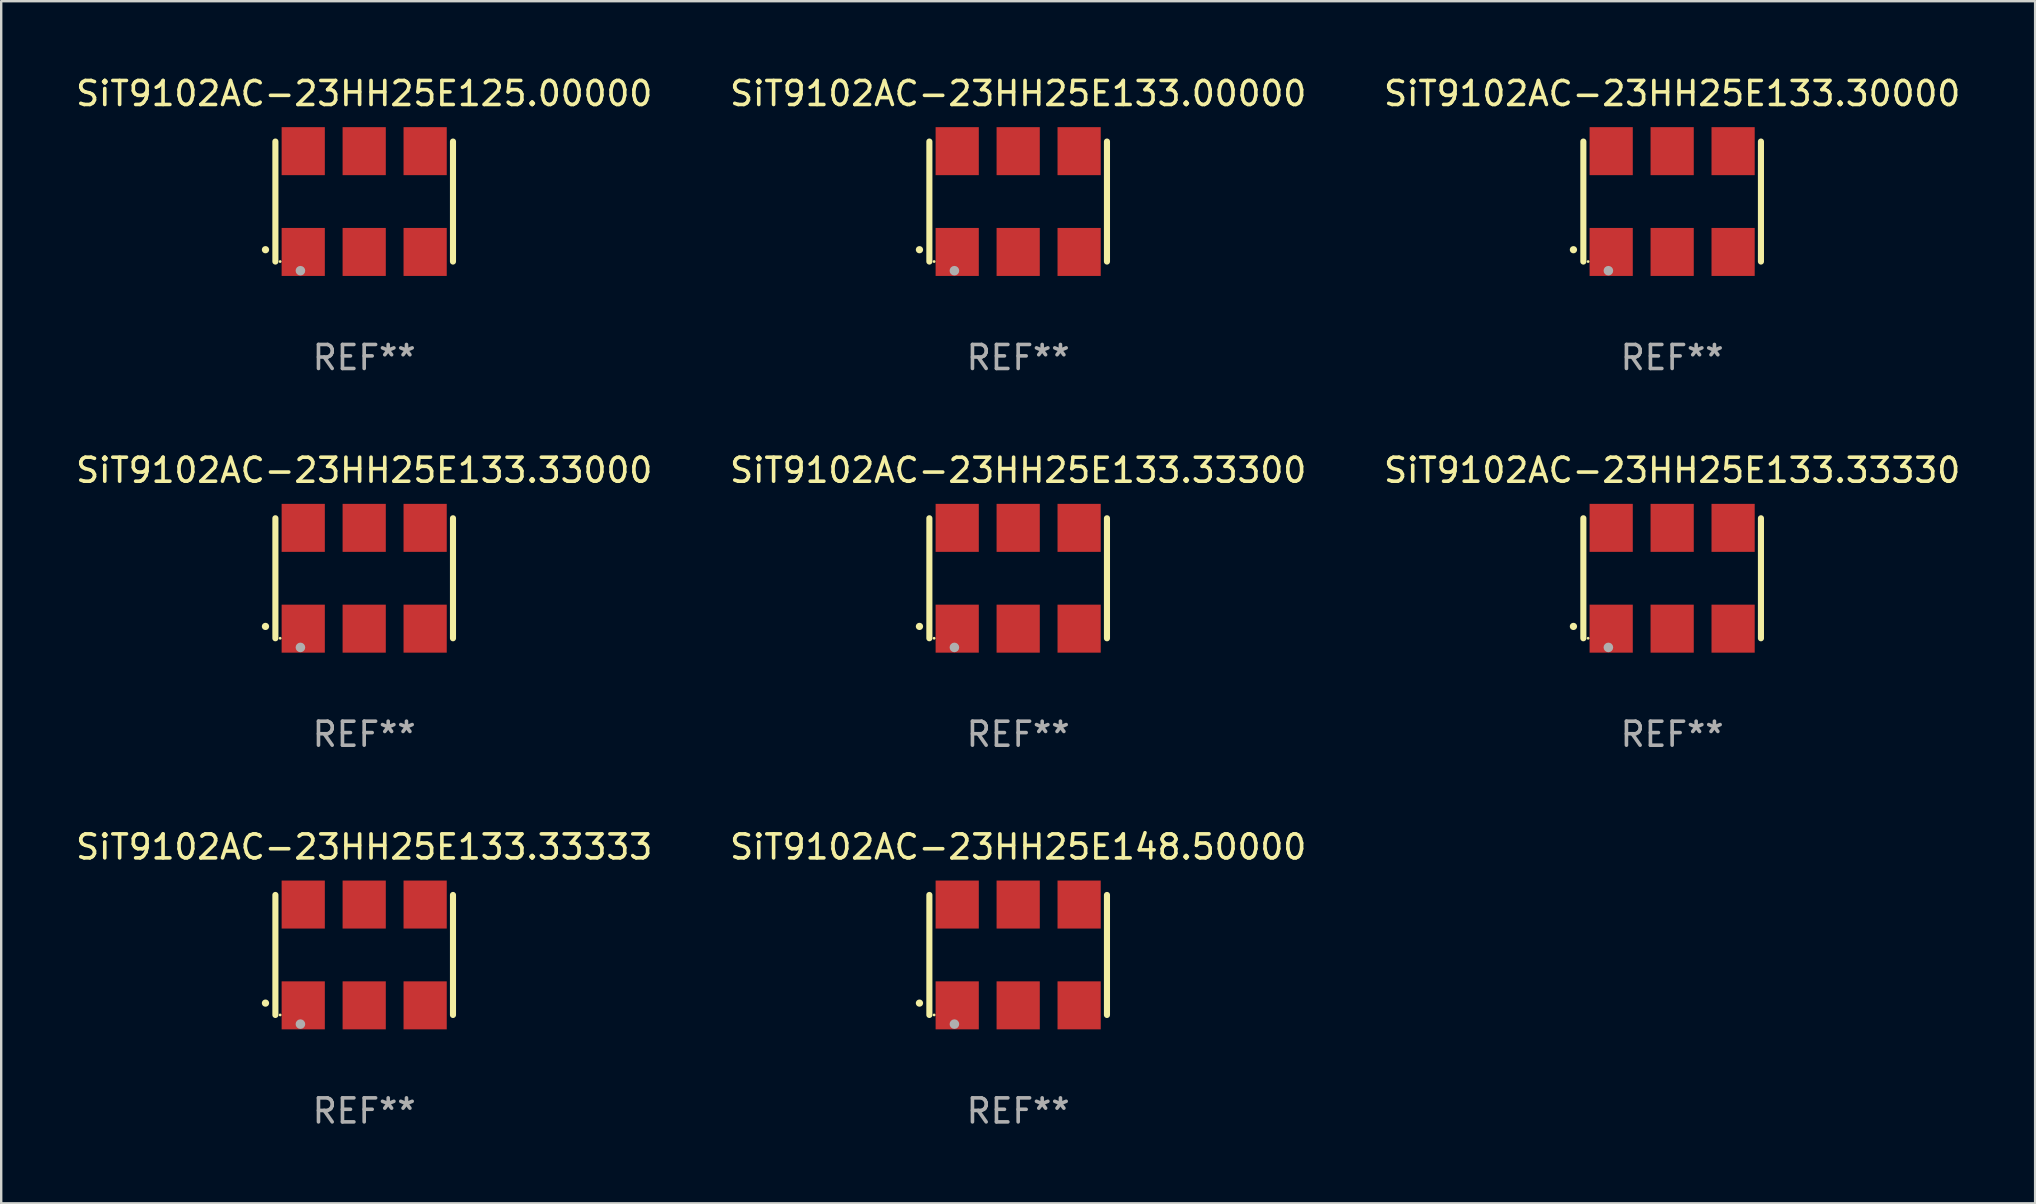
<source format=kicad_pcb>
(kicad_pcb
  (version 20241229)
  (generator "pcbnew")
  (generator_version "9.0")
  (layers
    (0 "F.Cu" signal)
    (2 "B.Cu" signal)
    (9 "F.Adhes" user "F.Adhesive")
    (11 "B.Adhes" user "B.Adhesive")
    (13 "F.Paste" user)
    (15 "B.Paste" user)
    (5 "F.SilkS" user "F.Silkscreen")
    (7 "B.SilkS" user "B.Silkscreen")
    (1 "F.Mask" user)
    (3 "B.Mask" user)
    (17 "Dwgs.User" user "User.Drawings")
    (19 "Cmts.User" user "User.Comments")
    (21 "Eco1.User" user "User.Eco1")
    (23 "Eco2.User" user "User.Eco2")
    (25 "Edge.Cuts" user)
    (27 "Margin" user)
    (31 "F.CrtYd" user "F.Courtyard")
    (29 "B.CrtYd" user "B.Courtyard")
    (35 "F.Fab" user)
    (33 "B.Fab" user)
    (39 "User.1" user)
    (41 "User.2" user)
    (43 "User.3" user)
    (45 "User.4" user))
  (footprint "SiT9102AC-23HH25E133.30000"
    (layer "F.Cu")
    (at 66.625 5.348)
    (property "Reference" "SiT9102AC-23HH25E133.30000" (at 0 -4.5 0) (layer "F.SilkS") (effects (font (size 1 1) (thickness 0.15))))
    (attr through_hole)
    (fp_line (start -3.7 -2.5) (end -3.7 2.5) (stroke (width 0.254) (type solid)) (layer "F.SilkS"))
    (fp_line (start 3.7 -2.5) (end 3.7 2.5) (stroke (width 0.254) (type solid)) (layer "F.SilkS"))
    (fp_arc (start -4.114415 2.006604) (mid -4.113145 2.006599) (end -4.111875 2.006604) (stroke (width 0.3) (type solid)) (layer "F.SilkS"))
    (fp_circle (center -3.502 2.5) (end -3.472 2.5) (stroke (width 0.06) (type solid)) (fill no) (layer "F.SilkS"))
    (fp_circle (center -2.657 2.882) (end -2.557 2.882) (stroke (width 0.2) (type solid)) (fill no) (layer "F.Fab"))
    (fp_text user "REF**" (at 0 6.5 0) (layer "F.Fab") (effects (font (size 1 1) (thickness 0.15))))
    (pad "1" smd rect (at -2.54 2.1) (size 1.8 2) (layers "F.Cu" "F.Mask" "F.Paste"))
    (pad "2" smd rect (at 0.000394 2.1) (size 1.8 2) (layers "F.Cu" "F.Mask" "F.Paste"))
    (pad "3" smd rect (at 2.54 2.1) (size 1.8 2) (layers "F.Cu" "F.Mask" "F.Paste"))
    (pad "4" smd rect (at 2.54 -2.1) (size 1.8 2) (layers "F.Cu" "F.Mask" "F.Paste"))
    (pad "5" smd rect (at 0.000394 -2.1) (size 1.8 2) (layers "F.Cu" "F.Mask" "F.Paste"))
    (pad "6" smd rect (at -2.54 -2.1) (size 1.8 2) (layers "F.Cu" "F.Mask" "F.Paste")))
  (footprint "SiT9102AC-23HH25E133.00000"
    (layer "F.Cu")
    (at 39.375 5.348)
    (property "Reference" "SiT9102AC-23HH25E133.00000" (at 0 -4.5 0) (layer "F.SilkS") (effects (font (size 1 1) (thickness 0.15))))
    (attr through_hole)
    (fp_line (start -3.7 -2.5) (end -3.7 2.5) (stroke (width 0.254) (type solid)) (layer "F.SilkS"))
    (fp_line (start 3.7 -2.5) (end 3.7 2.5) (stroke (width 0.254) (type solid)) (layer "F.SilkS"))
    (fp_arc (start -4.114415 2.006604) (mid -4.113145 2.006599) (end -4.111875 2.006604) (stroke (width 0.3) (type solid)) (layer "F.SilkS"))
    (fp_circle (center -3.502 2.5) (end -3.472 2.5) (stroke (width 0.06) (type solid)) (fill no) (layer "F.SilkS"))
    (fp_circle (center -2.657 2.882) (end -2.557 2.882) (stroke (width 0.2) (type solid)) (fill no) (layer "F.Fab"))
    (fp_text user "REF**" (at 0 6.5 0) (layer "F.Fab") (effects (font (size 1 1) (thickness 0.15))))
    (pad "1" smd rect (at -2.54 2.1) (size 1.8 2) (layers "F.Cu" "F.Mask" "F.Paste"))
    (pad "2" smd rect (at 0.000394 2.1) (size 1.8 2) (layers "F.Cu" "F.Mask" "F.Paste"))
    (pad "3" smd rect (at 2.54 2.1) (size 1.8 2) (layers "F.Cu" "F.Mask" "F.Paste"))
    (pad "4" smd rect (at 2.54 -2.1) (size 1.8 2) (layers "F.Cu" "F.Mask" "F.Paste"))
    (pad "5" smd rect (at 0.000394 -2.1) (size 1.8 2) (layers "F.Cu" "F.Mask" "F.Paste"))
    (pad "6" smd rect (at -2.54 -2.1) (size 1.8 2) (layers "F.Cu" "F.Mask" "F.Paste")))
  (footprint "SiT9102AC-23HH25E133.33333"
    (layer "F.Cu")
    (at 12.125 36.741)
    (property "Reference" "SiT9102AC-23HH25E133.33333" (at 0 -4.5 0) (layer "F.SilkS") (effects (font (size 1 1) (thickness 0.15))))
    (attr through_hole)
    (fp_line (start -3.7 -2.5) (end -3.7 2.5) (stroke (width 0.254) (type solid)) (layer "F.SilkS"))
    (fp_line (start 3.7 -2.5) (end 3.7 2.5) (stroke (width 0.254) (type solid)) (layer "F.SilkS"))
    (fp_arc (start -4.114415 2.006604) (mid -4.113145 2.006599) (end -4.111875 2.006604) (stroke (width 0.3) (type solid)) (layer "F.SilkS"))
    (fp_circle (center -3.502 2.5) (end -3.472 2.5) (stroke (width 0.06) (type solid)) (fill no) (layer "F.SilkS"))
    (fp_circle (center -2.657 2.882) (end -2.557 2.882) (stroke (width 0.2) (type solid)) (fill no) (layer "F.Fab"))
    (fp_text user "REF**" (at 0 6.5 0) (layer "F.Fab") (effects (font (size 1 1) (thickness 0.15))))
    (pad "1" smd rect (at -2.54 2.1) (size 1.8 2) (layers "F.Cu" "F.Mask" "F.Paste"))
    (pad "2" smd rect (at 0.000394 2.1) (size 1.8 2) (layers "F.Cu" "F.Mask" "F.Paste"))
    (pad "3" smd rect (at 2.54 2.1) (size 1.8 2) (layers "F.Cu" "F.Mask" "F.Paste"))
    (pad "4" smd rect (at 2.54 -2.1) (size 1.8 2) (layers "F.Cu" "F.Mask" "F.Paste"))
    (pad "5" smd rect (at 0.000394 -2.1) (size 1.8 2) (layers "F.Cu" "F.Mask" "F.Paste"))
    (pad "6" smd rect (at -2.54 -2.1) (size 1.8 2) (layers "F.Cu" "F.Mask" "F.Paste")))
  (footprint "SiT9102AC-23HH25E148.50000"
    (layer "F.Cu")
    (at 39.375 36.741)
    (property "Reference" "SiT9102AC-23HH25E148.50000" (at 0 -4.5 0) (layer "F.SilkS") (effects (font (size 1 1) (thickness 0.15))))
    (attr through_hole)
    (fp_line (start -3.7 -2.5) (end -3.7 2.5) (stroke (width 0.254) (type solid)) (layer "F.SilkS"))
    (fp_line (start 3.7 -2.5) (end 3.7 2.5) (stroke (width 0.254) (type solid)) (layer "F.SilkS"))
    (fp_arc (start -4.114415 2.006604) (mid -4.113145 2.006599) (end -4.111875 2.006604) (stroke (width 0.3) (type solid)) (layer "F.SilkS"))
    (fp_circle (center -3.502 2.5) (end -3.472 2.5) (stroke (width 0.06) (type solid)) (fill no) (layer "F.SilkS"))
    (fp_circle (center -2.657 2.882) (end -2.557 2.882) (stroke (width 0.2) (type solid)) (fill no) (layer "F.Fab"))
    (fp_text user "REF**" (at 0 6.5 0) (layer "F.Fab") (effects (font (size 1 1) (thickness 0.15))))
    (pad "1" smd rect (at -2.54 2.1) (size 1.8 2) (layers "F.Cu" "F.Mask" "F.Paste"))
    (pad "2" smd rect (at 0.000394 2.1) (size 1.8 2) (layers "F.Cu" "F.Mask" "F.Paste"))
    (pad "3" smd rect (at 2.54 2.1) (size 1.8 2) (layers "F.Cu" "F.Mask" "F.Paste"))
    (pad "4" smd rect (at 2.54 -2.1) (size 1.8 2) (layers "F.Cu" "F.Mask" "F.Paste"))
    (pad "5" smd rect (at 0.000394 -2.1) (size 1.8 2) (layers "F.Cu" "F.Mask" "F.Paste"))
    (pad "6" smd rect (at -2.54 -2.1) (size 1.8 2) (layers "F.Cu" "F.Mask" "F.Paste")))
  (footprint "SiT9102AC-23HH25E133.33300"
    (layer "F.Cu")
    (at 39.375 21.045)
    (property "Reference" "SiT9102AC-23HH25E133.33300" (at 0 -4.5 0) (layer "F.SilkS") (effects (font (size 1 1) (thickness 0.15))))
    (attr through_hole)
    (fp_line (start -3.7 -2.5) (end -3.7 2.5) (stroke (width 0.254) (type solid)) (layer "F.SilkS"))
    (fp_line (start 3.7 -2.5) (end 3.7 2.5) (stroke (width 0.254) (type solid)) (layer "F.SilkS"))
    (fp_arc (start -4.114415 2.006604) (mid -4.113145 2.006599) (end -4.111875 2.006604) (stroke (width 0.3) (type solid)) (layer "F.SilkS"))
    (fp_circle (center -3.502 2.5) (end -3.472 2.5) (stroke (width 0.06) (type solid)) (fill no) (layer "F.SilkS"))
    (fp_circle (center -2.657 2.882) (end -2.557 2.882) (stroke (width 0.2) (type solid)) (fill no) (layer "F.Fab"))
    (fp_text user "REF**" (at 0 6.5 0) (layer "F.Fab") (effects (font (size 1 1) (thickness 0.15))))
    (pad "1" smd rect (at -2.54 2.1) (size 1.8 2) (layers "F.Cu" "F.Mask" "F.Paste"))
    (pad "2" smd rect (at 0.000394 2.1) (size 1.8 2) (layers "F.Cu" "F.Mask" "F.Paste"))
    (pad "3" smd rect (at 2.54 2.1) (size 1.8 2) (layers "F.Cu" "F.Mask" "F.Paste"))
    (pad "4" smd rect (at 2.54 -2.1) (size 1.8 2) (layers "F.Cu" "F.Mask" "F.Paste"))
    (pad "5" smd rect (at 0.000394 -2.1) (size 1.8 2) (layers "F.Cu" "F.Mask" "F.Paste"))
    (pad "6" smd rect (at -2.54 -2.1) (size 1.8 2) (layers "F.Cu" "F.Mask" "F.Paste")))
  (footprint "SiT9102AC-23HH25E133.33330"
    (layer "F.Cu")
    (at 66.625 21.045)
    (property "Reference" "SiT9102AC-23HH25E133.33330" (at 0 -4.5 0) (layer "F.SilkS") (effects (font (size 1 1) (thickness 0.15))))
    (attr through_hole)
    (fp_line (start -3.7 -2.5) (end -3.7 2.5) (stroke (width 0.254) (type solid)) (layer "F.SilkS"))
    (fp_line (start 3.7 -2.5) (end 3.7 2.5) (stroke (width 0.254) (type solid)) (layer "F.SilkS"))
    (fp_arc (start -4.114415 2.006604) (mid -4.113145 2.006599) (end -4.111875 2.006604) (stroke (width 0.3) (type solid)) (layer "F.SilkS"))
    (fp_circle (center -3.502 2.5) (end -3.472 2.5) (stroke (width 0.06) (type solid)) (fill no) (layer "F.SilkS"))
    (fp_circle (center -2.657 2.882) (end -2.557 2.882) (stroke (width 0.2) (type solid)) (fill no) (layer "F.Fab"))
    (fp_text user "REF**" (at 0 6.5 0) (layer "F.Fab") (effects (font (size 1 1) (thickness 0.15))))
    (pad "1" smd rect (at -2.54 2.1) (size 1.8 2) (layers "F.Cu" "F.Mask" "F.Paste"))
    (pad "2" smd rect (at 0.000394 2.1) (size 1.8 2) (layers "F.Cu" "F.Mask" "F.Paste"))
    (pad "3" smd rect (at 2.54 2.1) (size 1.8 2) (layers "F.Cu" "F.Mask" "F.Paste"))
    (pad "4" smd rect (at 2.54 -2.1) (size 1.8 2) (layers "F.Cu" "F.Mask" "F.Paste"))
    (pad "5" smd rect (at 0.000394 -2.1) (size 1.8 2) (layers "F.Cu" "F.Mask" "F.Paste"))
    (pad "6" smd rect (at -2.54 -2.1) (size 1.8 2) (layers "F.Cu" "F.Mask" "F.Paste")))
  (footprint "SiT9102AC-23HH25E125.00000"
    (layer "F.Cu")
    (at 12.125 5.348)
    (property "Reference" "SiT9102AC-23HH25E125.00000" (at 0 -4.5 0) (layer "F.SilkS") (effects (font (size 1 1) (thickness 0.15))))
    (attr through_hole)
    (fp_line (start -3.7 -2.5) (end -3.7 2.5) (stroke (width 0.254) (type solid)) (layer "F.SilkS"))
    (fp_line (start 3.7 -2.5) (end 3.7 2.5) (stroke (width 0.254) (type solid)) (layer "F.SilkS"))
    (fp_arc (start -4.114415 2.006604) (mid -4.113145 2.006599) (end -4.111875 2.006604) (stroke (width 0.3) (type solid)) (layer "F.SilkS"))
    (fp_circle (center -3.502 2.5) (end -3.472 2.5) (stroke (width 0.06) (type solid)) (fill no) (layer "F.SilkS"))
    (fp_circle (center -2.657 2.882) (end -2.557 2.882) (stroke (width 0.2) (type solid)) (fill no) (layer "F.Fab"))
    (fp_text user "REF**" (at 0 6.5 0) (layer "F.Fab") (effects (font (size 1 1) (thickness 0.15))))
    (pad "1" smd rect (at -2.54 2.1) (size 1.8 2) (layers "F.Cu" "F.Mask" "F.Paste"))
    (pad "2" smd rect (at 0.000394 2.1) (size 1.8 2) (layers "F.Cu" "F.Mask" "F.Paste"))
    (pad "3" smd rect (at 2.54 2.1) (size 1.8 2) (layers "F.Cu" "F.Mask" "F.Paste"))
    (pad "4" smd rect (at 2.54 -2.1) (size 1.8 2) (layers "F.Cu" "F.Mask" "F.Paste"))
    (pad "5" smd rect (at 0.000394 -2.1) (size 1.8 2) (layers "F.Cu" "F.Mask" "F.Paste"))
    (pad "6" smd rect (at -2.54 -2.1) (size 1.8 2) (layers "F.Cu" "F.Mask" "F.Paste")))
  (footprint "SiT9102AC-23HH25E133.33000"
    (layer "F.Cu")
    (at 12.125 21.045)
    (property "Reference" "SiT9102AC-23HH25E133.33000" (at 0 -4.5 0) (layer "F.SilkS") (effects (font (size 1 1) (thickness 0.15))))
    (attr through_hole)
    (fp_line (start -3.7 -2.5) (end -3.7 2.5) (stroke (width 0.254) (type solid)) (layer "F.SilkS"))
    (fp_line (start 3.7 -2.5) (end 3.7 2.5) (stroke (width 0.254) (type solid)) (layer "F.SilkS"))
    (fp_arc (start -4.114415 2.006604) (mid -4.113145 2.006599) (end -4.111875 2.006604) (stroke (width 0.3) (type solid)) (layer "F.SilkS"))
    (fp_circle (center -3.502 2.5) (end -3.472 2.5) (stroke (width 0.06) (type solid)) (fill no) (layer "F.SilkS"))
    (fp_circle (center -2.657 2.882) (end -2.557 2.882) (stroke (width 0.2) (type solid)) (fill no) (layer "F.Fab"))
    (fp_text user "REF**" (at 0 6.5 0) (layer "F.Fab") (effects (font (size 1 1) (thickness 0.15))))
    (pad "1" smd rect (at -2.54 2.1) (size 1.8 2) (layers "F.Cu" "F.Mask" "F.Paste"))
    (pad "2" smd rect (at 0.000394 2.1) (size 1.8 2) (layers "F.Cu" "F.Mask" "F.Paste"))
    (pad "3" smd rect (at 2.54 2.1) (size 1.8 2) (layers "F.Cu" "F.Mask" "F.Paste"))
    (pad "4" smd rect (at 2.54 -2.1) (size 1.8 2) (layers "F.Cu" "F.Mask" "F.Paste"))
    (pad "5" smd rect (at 0.000394 -2.1) (size 1.8 2) (layers "F.Cu" "F.Mask" "F.Paste"))
    (pad "6" smd rect (at -2.54 -2.1) (size 1.8 2) (layers "F.Cu" "F.Mask" "F.Paste")))
  (gr_rect
    (start -3 -3)
    (end 81.75 47.09)
    (stroke (width 0.1) (type default))
    (fill no)
    (layer "Edge.Cuts")))
</source>
